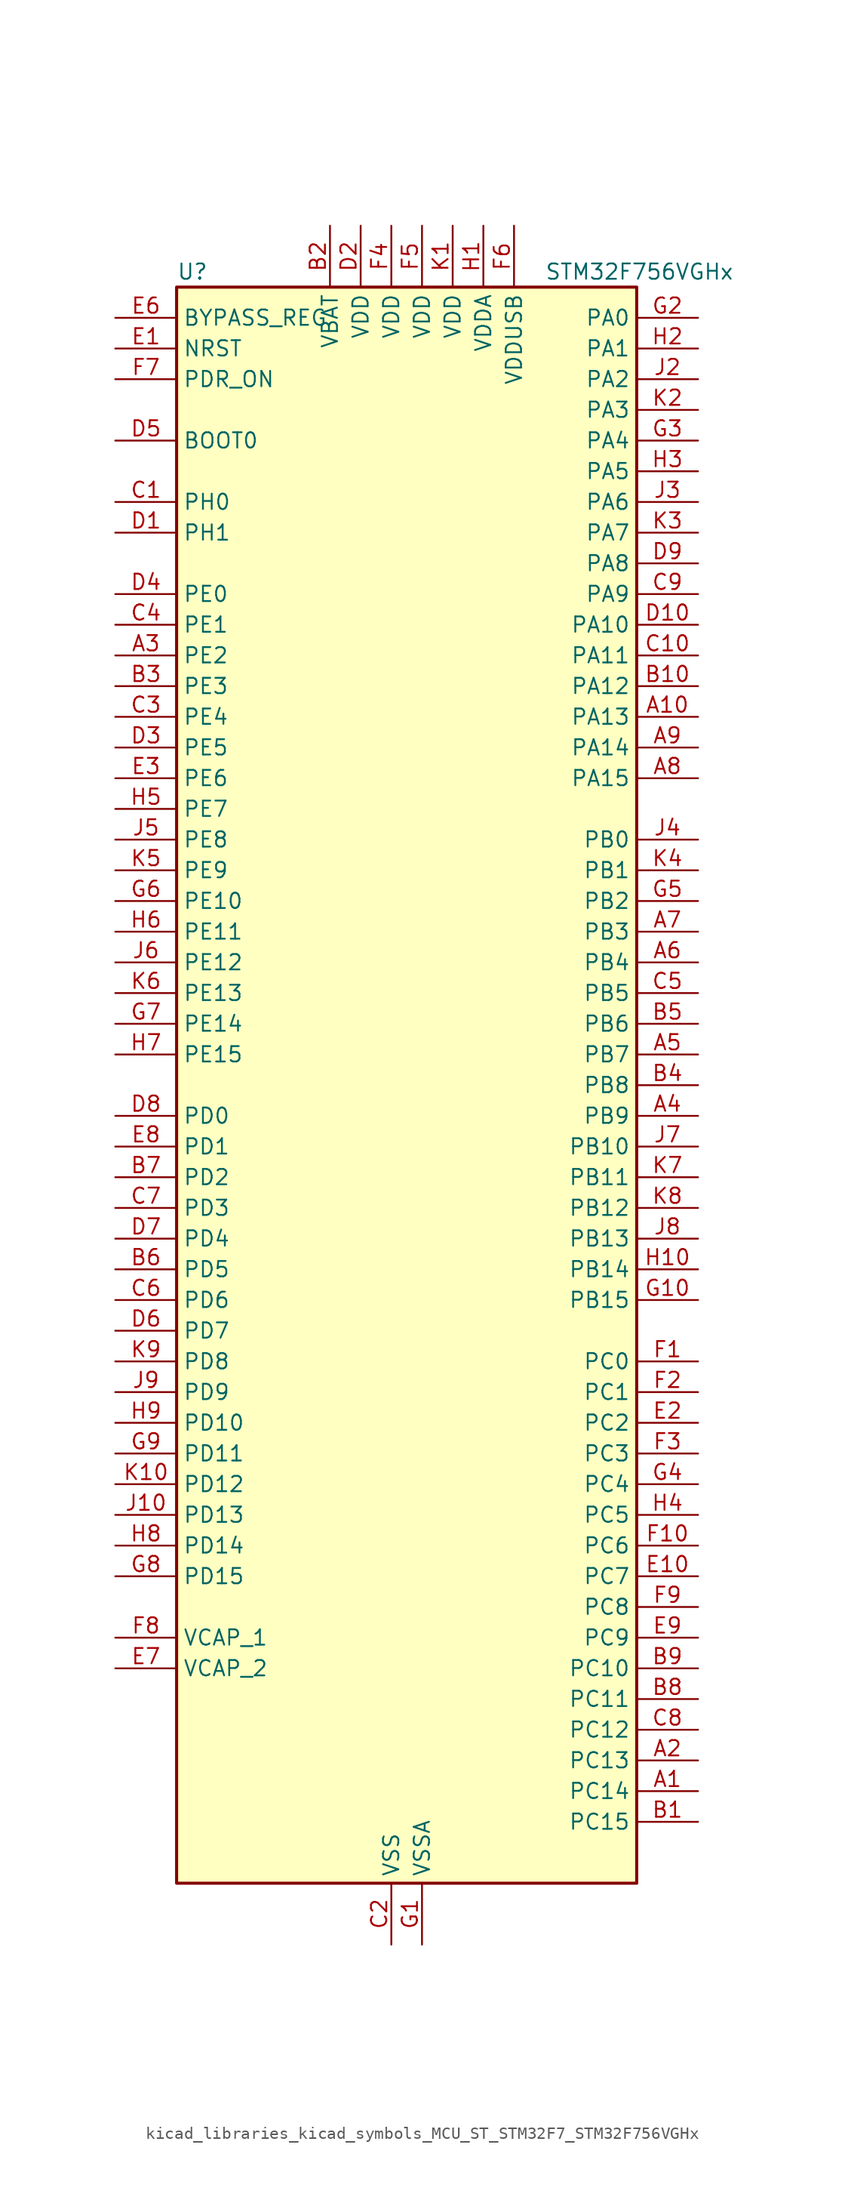
<source format=kicad_sym>
(kicad_symbol_lib
  (version 20220914)
  (generator kicad_symbol_editor)
  (symbol "kicad_libraries_kicad_symbols_MCU_ST_STM32F7_STM32F756VGHx"
    (property "Reference" "U"
      (at -17.78 67.31 0)
      (effects (font (size 1.27 1.27)) (justify left)))
    (property "Value" "STM32F756VGHx"
      (at 12.7 67.31 0)
      (effects (font (size 1.27 1.27)) (justify left)))
    (property "ki_locked" ""
      (at 0 0 0)
      (effects (font (size 1.27 1.27))))
    (symbol "kicad_libraries_kicad_symbols_MCU_ST_STM32F7_STM32F756VGHx_0_1"
      (rectangle (start -17.78 -66.04) (end 20.32 66.04) (stroke (width 0.254) (type default)) (fill (type background))))
    (symbol "kicad_libraries_kicad_symbols_MCU_ST_STM32F7_STM32F756VGHx_1_1"
      (pin bidirectional line (at 25.4 -58.42 180) (length 5.08) (name "PC14" (effects (font (size 1.27 1.27)))) (number "A1" (effects (font (size 1.27 1.27)))) (alternate "RCC_OSC32_IN" bidirectional line))
      (pin bidirectional line (at 25.4 30.48 180) (length 5.08) (name "PA13" (effects (font (size 1.27 1.27)))) (number "A10" (effects (font (size 1.27 1.27)))) (alternate "SYS_JTMS-SWDIO" bidirectional line))
      (pin bidirectional line (at 25.4 -55.88 180) (length 5.08) (name "PC13" (effects (font (size 1.27 1.27)))) (number "A2" (effects (font (size 1.27 1.27)))) (alternate "RTC_OUT" bidirectional line) (alternate "RTC_TAMP1" bidirectional line) (alternate "RTC_TS" bidirectional line) (alternate "SYS_WKUP4" bidirectional line))
      (pin bidirectional line (at -22.86 35.56 0) (length 5.08) (name "PE2" (effects (font (size 1.27 1.27)))) (number "A3" (effects (font (size 1.27 1.27)))) (alternate "ETH_TXD3" bidirectional line) (alternate "FMC_A23" bidirectional line) (alternate "QUADSPI_BK1_IO2" bidirectional line) (alternate "SAI1_MCLK_A" bidirectional line) (alternate "SPI4_SCK" bidirectional line) (alternate "SYS_TRACECLK" bidirectional line))
      (pin bidirectional line (at 25.4 -2.54 180) (length 5.08) (name "PB9" (effects (font (size 1.27 1.27)))) (number "A4" (effects (font (size 1.27 1.27)))) (alternate "CAN1_TX" bidirectional line) (alternate "DAC_EXTI9" bidirectional line) (alternate "DCMI_D7" bidirectional line) (alternate "I2C1_SDA" bidirectional line) (alternate "I2S2_WS" bidirectional line) (alternate "LTDC_B7" bidirectional line) (alternate "SDMMC1_D5" bidirectional line) (alternate "SPI2_NSS" bidirectional line) (alternate "TIM11_CH1" bidirectional line) (alternate "TIM4_CH4" bidirectional line))
      (pin bidirectional line (at 25.4 2.54 180) (length 5.08) (name "PB7" (effects (font (size 1.27 1.27)))) (number "A5" (effects (font (size 1.27 1.27)))) (alternate "DCMI_VSYNC" bidirectional line) (alternate "FMC_NL" bidirectional line) (alternate "I2C1_SDA" bidirectional line) (alternate "TIM4_CH2" bidirectional line) (alternate "USART1_RX" bidirectional line))
      (pin bidirectional line (at 25.4 10.16 180) (length 5.08) (name "PB4" (effects (font (size 1.27 1.27)))) (number "A6" (effects (font (size 1.27 1.27)))) (alternate "I2S2_WS" bidirectional line) (alternate "SPI1_MISO" bidirectional line) (alternate "SPI2_NSS" bidirectional line) (alternate "SPI3_MISO" bidirectional line) (alternate "SYS_JTRST" bidirectional line) (alternate "TIM3_CH1" bidirectional line))
      (pin bidirectional line (at 25.4 12.7 180) (length 5.08) (name "PB3" (effects (font (size 1.27 1.27)))) (number "A7" (effects (font (size 1.27 1.27)))) (alternate "I2S1_CK" bidirectional line) (alternate "I2S3_CK" bidirectional line) (alternate "SPI1_SCK" bidirectional line) (alternate "SPI3_SCK" bidirectional line) (alternate "SYS_JTDO-SWO" bidirectional line) (alternate "TIM2_CH2" bidirectional line))
      (pin bidirectional line (at 25.4 25.4 180) (length 5.08) (name "PA15" (effects (font (size 1.27 1.27)))) (number "A8" (effects (font (size 1.27 1.27)))) (alternate "CEC" bidirectional line) (alternate "I2S1_WS" bidirectional line) (alternate "I2S3_WS" bidirectional line) (alternate "SPI1_NSS" bidirectional line) (alternate "SPI3_NSS" bidirectional line) (alternate "SYS_JTDI" bidirectional line) (alternate "TIM2_CH1" bidirectional line) (alternate "TIM2_ETR" bidirectional line) (alternate "UART4_DE" bidirectional line) (alternate "UART4_RTS" bidirectional line))
      (pin bidirectional line (at 25.4 27.94 180) (length 5.08) (name "PA14" (effects (font (size 1.27 1.27)))) (number "A9" (effects (font (size 1.27 1.27)))) (alternate "SYS_JTCK-SWCLK" bidirectional line))
      (pin bidirectional line (at 25.4 -60.96 180) (length 5.08) (name "PC15" (effects (font (size 1.27 1.27)))) (number "B1" (effects (font (size 1.27 1.27)))) (alternate "RCC_OSC32_OUT" bidirectional line))
      (pin bidirectional line (at 25.4 33.02 180) (length 5.08) (name "PA12" (effects (font (size 1.27 1.27)))) (number "B10" (effects (font (size 1.27 1.27)))) (alternate "CAN1_TX" bidirectional line) (alternate "LTDC_R5" bidirectional line) (alternate "SAI2_FS_B" bidirectional line) (alternate "TIM1_ETR" bidirectional line) (alternate "USART1_DE" bidirectional line) (alternate "USART1_RTS" bidirectional line) (alternate "USB_OTG_FS_DP" bidirectional line))
      (pin power_in line (at -5.08 71.12 270) (length 5.08) (name "VBAT" (effects (font (size 1.27 1.27)))) (number "B2" (effects (font (size 1.27 1.27)))))
      (pin bidirectional line (at -22.86 33.02 0) (length 5.08) (name "PE3" (effects (font (size 1.27 1.27)))) (number "B3" (effects (font (size 1.27 1.27)))) (alternate "FMC_A19" bidirectional line) (alternate "SAI1_SD_B" bidirectional line) (alternate "SYS_TRACED0" bidirectional line))
      (pin bidirectional line (at 25.4 0 180) (length 5.08) (name "PB8" (effects (font (size 1.27 1.27)))) (number "B4" (effects (font (size 1.27 1.27)))) (alternate "CAN1_RX" bidirectional line) (alternate "DCMI_D6" bidirectional line) (alternate "ETH_TXD3" bidirectional line) (alternate "I2C1_SCL" bidirectional line) (alternate "LTDC_B6" bidirectional line) (alternate "SDMMC1_D4" bidirectional line) (alternate "TIM10_CH1" bidirectional line) (alternate "TIM4_CH3" bidirectional line))
      (pin bidirectional line (at 25.4 5.08 180) (length 5.08) (name "PB6" (effects (font (size 1.27 1.27)))) (number "B5" (effects (font (size 1.27 1.27)))) (alternate "CAN2_TX" bidirectional line) (alternate "CEC" bidirectional line) (alternate "DCMI_D5" bidirectional line) (alternate "FMC_SDNE1" bidirectional line) (alternate "I2C1_SCL" bidirectional line) (alternate "QUADSPI_BK1_NCS" bidirectional line) (alternate "TIM4_CH1" bidirectional line) (alternate "USART1_TX" bidirectional line))
      (pin bidirectional line (at -22.86 -15.24 0) (length 5.08) (name "PD5" (effects (font (size 1.27 1.27)))) (number "B6" (effects (font (size 1.27 1.27)))) (alternate "FMC_NWE" bidirectional line) (alternate "USART2_TX" bidirectional line))
      (pin bidirectional line (at -22.86 -7.62 0) (length 5.08) (name "PD2" (effects (font (size 1.27 1.27)))) (number "B7" (effects (font (size 1.27 1.27)))) (alternate "DCMI_D11" bidirectional line) (alternate "SDMMC1_CMD" bidirectional line) (alternate "SYS_TRACED2" bidirectional line) (alternate "TIM3_ETR" bidirectional line) (alternate "UART5_RX" bidirectional line))
      (pin bidirectional line (at 25.4 -50.8 180) (length 5.08) (name "PC11" (effects (font (size 1.27 1.27)))) (number "B8" (effects (font (size 1.27 1.27)))) (alternate "ADC1_EXTI11" bidirectional line) (alternate "ADC2_EXTI11" bidirectional line) (alternate "ADC3_EXTI11" bidirectional line) (alternate "DCMI_D4" bidirectional line) (alternate "QUADSPI_BK2_NCS" bidirectional line) (alternate "SDMMC1_D3" bidirectional line) (alternate "SPI3_MISO" bidirectional line) (alternate "UART4_RX" bidirectional line) (alternate "USART3_RX" bidirectional line))
      (pin bidirectional line (at 25.4 -48.26 180) (length 5.08) (name "PC10" (effects (font (size 1.27 1.27)))) (number "B9" (effects (font (size 1.27 1.27)))) (alternate "DCMI_D8" bidirectional line) (alternate "I2S3_CK" bidirectional line) (alternate "LTDC_R2" bidirectional line) (alternate "QUADSPI_BK1_IO1" bidirectional line) (alternate "SDMMC1_D2" bidirectional line) (alternate "SPI3_SCK" bidirectional line) (alternate "UART4_TX" bidirectional line) (alternate "USART3_TX" bidirectional line))
      (pin bidirectional line (at -22.86 48.26 0) (length 5.08) (name "PH0" (effects (font (size 1.27 1.27)))) (number "C1" (effects (font (size 1.27 1.27)))) (alternate "RCC_OSC_IN" bidirectional line))
      (pin bidirectional line (at 25.4 35.56 180) (length 5.08) (name "PA11" (effects (font (size 1.27 1.27)))) (number "C10" (effects (font (size 1.27 1.27)))) (alternate "ADC1_EXTI11" bidirectional line) (alternate "ADC2_EXTI11" bidirectional line) (alternate "ADC3_EXTI11" bidirectional line) (alternate "CAN1_RX" bidirectional line) (alternate "LTDC_R4" bidirectional line) (alternate "TIM1_CH4" bidirectional line) (alternate "USART1_CTS" bidirectional line) (alternate "USB_OTG_FS_DM" bidirectional line))
      (pin power_in line (at 0 -71.12 90) (length 5.08) (name "VSS" (effects (font (size 1.27 1.27)))) (number "C2" (effects (font (size 1.27 1.27)))))
      (pin bidirectional line (at -22.86 30.48 0) (length 5.08) (name "PE4" (effects (font (size 1.27 1.27)))) (number "C3" (effects (font (size 1.27 1.27)))) (alternate "DCMI_D4" bidirectional line) (alternate "FMC_A20" bidirectional line) (alternate "LTDC_B0" bidirectional line) (alternate "SAI1_FS_A" bidirectional line) (alternate "SPI4_NSS" bidirectional line) (alternate "SYS_TRACED1" bidirectional line))
      (pin bidirectional line (at -22.86 38.1 0) (length 5.08) (name "PE1" (effects (font (size 1.27 1.27)))) (number "C4" (effects (font (size 1.27 1.27)))) (alternate "DCMI_D3" bidirectional line) (alternate "FMC_NBL1" bidirectional line) (alternate "LPTIM1_IN2" bidirectional line) (alternate "UART8_TX" bidirectional line))
      (pin bidirectional line (at 25.4 7.62 180) (length 5.08) (name "PB5" (effects (font (size 1.27 1.27)))) (number "C5" (effects (font (size 1.27 1.27)))) (alternate "CAN2_RX" bidirectional line) (alternate "DCMI_D10" bidirectional line) (alternate "ETH_PPS_OUT" bidirectional line) (alternate "FMC_SDCKE1" bidirectional line) (alternate "I2C1_SMBA" bidirectional line) (alternate "I2S1_SD" bidirectional line) (alternate "I2S3_SD" bidirectional line) (alternate "SPI1_MOSI" bidirectional line) (alternate "SPI3_MOSI" bidirectional line) (alternate "TIM3_CH2" bidirectional line) (alternate "USB_OTG_HS_ULPI_D7" bidirectional line))
      (pin bidirectional line (at -22.86 -17.78 0) (length 5.08) (name "PD6" (effects (font (size 1.27 1.27)))) (number "C6" (effects (font (size 1.27 1.27)))) (alternate "DCMI_D10" bidirectional line) (alternate "FMC_NWAIT" bidirectional line) (alternate "I2S3_SD" bidirectional line) (alternate "LTDC_B2" bidirectional line) (alternate "SAI1_SD_A" bidirectional line) (alternate "SPI3_MOSI" bidirectional line) (alternate "USART2_RX" bidirectional line))
      (pin bidirectional line (at -22.86 -10.16 0) (length 5.08) (name "PD3" (effects (font (size 1.27 1.27)))) (number "C7" (effects (font (size 1.27 1.27)))) (alternate "DCMI_D5" bidirectional line) (alternate "FMC_CLK" bidirectional line) (alternate "I2S2_CK" bidirectional line) (alternate "LTDC_G7" bidirectional line) (alternate "SPI2_SCK" bidirectional line) (alternate "USART2_CTS" bidirectional line))
      (pin bidirectional line (at 25.4 -53.34 180) (length 5.08) (name "PC12" (effects (font (size 1.27 1.27)))) (number "C8" (effects (font (size 1.27 1.27)))) (alternate "DCMI_D9" bidirectional line) (alternate "I2S3_SD" bidirectional line) (alternate "SDMMC1_CK" bidirectional line) (alternate "SPI3_MOSI" bidirectional line) (alternate "SYS_TRACED3" bidirectional line) (alternate "UART5_TX" bidirectional line) (alternate "USART3_CK" bidirectional line))
      (pin bidirectional line (at 25.4 40.64 180) (length 5.08) (name "PA9" (effects (font (size 1.27 1.27)))) (number "C9" (effects (font (size 1.27 1.27)))) (alternate "DAC_EXTI9" bidirectional line) (alternate "DCMI_D0" bidirectional line) (alternate "I2C3_SMBA" bidirectional line) (alternate "I2S2_CK" bidirectional line) (alternate "SPI2_SCK" bidirectional line) (alternate "TIM1_CH2" bidirectional line) (alternate "USART1_TX" bidirectional line) (alternate "USB_OTG_FS_VBUS" bidirectional line))
      (pin bidirectional line (at -22.86 45.72 0) (length 5.08) (name "PH1" (effects (font (size 1.27 1.27)))) (number "D1" (effects (font (size 1.27 1.27)))) (alternate "RCC_OSC_OUT" bidirectional line))
      (pin bidirectional line (at 25.4 38.1 180) (length 5.08) (name "PA10" (effects (font (size 1.27 1.27)))) (number "D10" (effects (font (size 1.27 1.27)))) (alternate "DCMI_D1" bidirectional line) (alternate "TIM1_CH3" bidirectional line) (alternate "USART1_RX" bidirectional line) (alternate "USB_OTG_FS_ID" bidirectional line))
      (pin power_in line (at -2.54 71.12 270) (length 5.08) (name "VDD" (effects (font (size 1.27 1.27)))) (number "D2" (effects (font (size 1.27 1.27)))))
      (pin bidirectional line (at -22.86 27.94 0) (length 5.08) (name "PE5" (effects (font (size 1.27 1.27)))) (number "D3" (effects (font (size 1.27 1.27)))) (alternate "DCMI_D6" bidirectional line) (alternate "FMC_A21" bidirectional line) (alternate "LTDC_G0" bidirectional line) (alternate "SAI1_SCK_A" bidirectional line) (alternate "SPI4_MISO" bidirectional line) (alternate "SYS_TRACED2" bidirectional line) (alternate "TIM9_CH1" bidirectional line))
      (pin bidirectional line (at -22.86 40.64 0) (length 5.08) (name "PE0" (effects (font (size 1.27 1.27)))) (number "D4" (effects (font (size 1.27 1.27)))) (alternate "DCMI_D2" bidirectional line) (alternate "FMC_NBL0" bidirectional line) (alternate "LPTIM1_ETR" bidirectional line) (alternate "SAI2_MCLK_A" bidirectional line) (alternate "TIM4_ETR" bidirectional line) (alternate "UART8_RX" bidirectional line))
      (pin input line (at -22.86 53.34 0) (length 5.08) (name "BOOT0" (effects (font (size 1.27 1.27)))) (number "D5" (effects (font (size 1.27 1.27)))))
      (pin bidirectional line (at -22.86 -20.32 0) (length 5.08) (name "PD7" (effects (font (size 1.27 1.27)))) (number "D6" (effects (font (size 1.27 1.27)))) (alternate "FMC_NE1" bidirectional line) (alternate "SPDIFRX_IN0" bidirectional line) (alternate "USART2_CK" bidirectional line))
      (pin bidirectional line (at -22.86 -12.7 0) (length 5.08) (name "PD4" (effects (font (size 1.27 1.27)))) (number "D7" (effects (font (size 1.27 1.27)))) (alternate "FMC_NOE" bidirectional line) (alternate "USART2_DE" bidirectional line) (alternate "USART2_RTS" bidirectional line))
      (pin bidirectional line (at -22.86 -2.54 0) (length 5.08) (name "PD0" (effects (font (size 1.27 1.27)))) (number "D8" (effects (font (size 1.27 1.27)))) (alternate "CAN1_RX" bidirectional line) (alternate "FMC_D2" bidirectional line) (alternate "FMC_DA2" bidirectional line))
      (pin bidirectional line (at 25.4 43.18 180) (length 5.08) (name "PA8" (effects (font (size 1.27 1.27)))) (number "D9" (effects (font (size 1.27 1.27)))) (alternate "I2C3_SCL" bidirectional line) (alternate "LTDC_R6" bidirectional line) (alternate "RCC_MCO_1" bidirectional line) (alternate "TIM1_CH1" bidirectional line) (alternate "TIM8_BKIN2" bidirectional line) (alternate "USART1_CK" bidirectional line) (alternate "USB_OTG_FS_SOF" bidirectional line))
      (pin input line (at -22.86 60.96 0) (length 5.08) (name "NRST" (effects (font (size 1.27 1.27)))) (number "E1" (effects (font (size 1.27 1.27)))))
      (pin bidirectional line (at 25.4 -40.64 180) (length 5.08) (name "PC7" (effects (font (size 1.27 1.27)))) (number "E10" (effects (font (size 1.27 1.27)))) (alternate "DCMI_D1" bidirectional line) (alternate "I2S3_MCK" bidirectional line) (alternate "LTDC_G6" bidirectional line) (alternate "SDMMC1_D7" bidirectional line) (alternate "TIM3_CH2" bidirectional line) (alternate "TIM8_CH2" bidirectional line) (alternate "USART6_RX" bidirectional line))
      (pin bidirectional line (at 25.4 -27.94 180) (length 5.08) (name "PC2" (effects (font (size 1.27 1.27)))) (number "E2" (effects (font (size 1.27 1.27)))) (alternate "ADC1_IN12" bidirectional line) (alternate "ADC2_IN12" bidirectional line) (alternate "ADC3_IN12" bidirectional line) (alternate "ETH_TXD2" bidirectional line) (alternate "FMC_SDNE0" bidirectional line) (alternate "SPI2_MISO" bidirectional line) (alternate "USB_OTG_HS_ULPI_DIR" bidirectional line))
      (pin bidirectional line (at -22.86 25.4 0) (length 5.08) (name "PE6" (effects (font (size 1.27 1.27)))) (number "E3" (effects (font (size 1.27 1.27)))) (alternate "DCMI_D7" bidirectional line) (alternate "FMC_A22" bidirectional line) (alternate "LTDC_G1" bidirectional line) (alternate "SAI1_SD_A" bidirectional line) (alternate "SAI2_MCLK_B" bidirectional line) (alternate "SPI4_MOSI" bidirectional line) (alternate "SYS_TRACED3" bidirectional line) (alternate "TIM1_BKIN2" bidirectional line) (alternate "TIM9_CH2" bidirectional line))
      (pin passive line (at 0 -71.12 90) (length 5.08) hide (name "VSS" (effects (font (size 1.27 1.27)))) (number "E4" (effects (font (size 1.27 1.27)))))
      (pin passive line (at 0 -71.12 90) (length 5.08) hide (name "VSS" (effects (font (size 1.27 1.27)))) (number "E5" (effects (font (size 1.27 1.27)))))
      (pin input line (at -22.86 63.5 0) (length 5.08) (name "BYPASS_REG" (effects (font (size 1.27 1.27)))) (number "E6" (effects (font (size 1.27 1.27)))))
      (pin power_out line (at -22.86 -48.26 0) (length 5.08) (name "VCAP_2" (effects (font (size 1.27 1.27)))) (number "E7" (effects (font (size 1.27 1.27)))))
      (pin bidirectional line (at -22.86 -5.08 0) (length 5.08) (name "PD1" (effects (font (size 1.27 1.27)))) (number "E8" (effects (font (size 1.27 1.27)))) (alternate "CAN1_TX" bidirectional line) (alternate "FMC_D3" bidirectional line) (alternate "FMC_DA3" bidirectional line))
      (pin bidirectional line (at 25.4 -45.72 180) (length 5.08) (name "PC9" (effects (font (size 1.27 1.27)))) (number "E9" (effects (font (size 1.27 1.27)))) (alternate "DAC_EXTI9" bidirectional line) (alternate "DCMI_D3" bidirectional line) (alternate "I2C3_SDA" bidirectional line) (alternate "I2S_CKIN" bidirectional line) (alternate "QUADSPI_BK1_IO0" bidirectional line) (alternate "RCC_MCO_2" bidirectional line) (alternate "SDMMC1_D1" bidirectional line) (alternate "TIM3_CH4" bidirectional line) (alternate "TIM8_CH4" bidirectional line) (alternate "UART5_CTS" bidirectional line))
      (pin bidirectional line (at 25.4 -22.86 180) (length 5.08) (name "PC0" (effects (font (size 1.27 1.27)))) (number "F1" (effects (font (size 1.27 1.27)))) (alternate "ADC1_IN10" bidirectional line) (alternate "ADC2_IN10" bidirectional line) (alternate "ADC3_IN10" bidirectional line) (alternate "FMC_SDNWE" bidirectional line) (alternate "LTDC_R5" bidirectional line) (alternate "SAI2_FS_B" bidirectional line) (alternate "USB_OTG_HS_ULPI_STP" bidirectional line))
      (pin bidirectional line (at 25.4 -38.1 180) (length 5.08) (name "PC6" (effects (font (size 1.27 1.27)))) (number "F10" (effects (font (size 1.27 1.27)))) (alternate "DCMI_D0" bidirectional line) (alternate "I2S2_MCK" bidirectional line) (alternate "LTDC_HSYNC" bidirectional line) (alternate "SDMMC1_D6" bidirectional line) (alternate "TIM3_CH1" bidirectional line) (alternate "TIM8_CH1" bidirectional line) (alternate "USART6_TX" bidirectional line))
      (pin bidirectional line (at 25.4 -25.4 180) (length 5.08) (name "PC1" (effects (font (size 1.27 1.27)))) (number "F2" (effects (font (size 1.27 1.27)))) (alternate "ADC1_IN11" bidirectional line) (alternate "ADC2_IN11" bidirectional line) (alternate "ADC3_IN11" bidirectional line) (alternate "ETH_MDC" bidirectional line) (alternate "I2S2_SD" bidirectional line) (alternate "RTC_TAMP3" bidirectional line) (alternate "RTC_TS" bidirectional line) (alternate "SAI1_SD_A" bidirectional line) (alternate "SPI2_MOSI" bidirectional line) (alternate "SYS_TRACED0" bidirectional line) (alternate "SYS_WKUP3" bidirectional line))
      (pin bidirectional line (at 25.4 -30.48 180) (length 5.08) (name "PC3" (effects (font (size 1.27 1.27)))) (number "F3" (effects (font (size 1.27 1.27)))) (alternate "ADC1_IN13" bidirectional line) (alternate "ADC2_IN13" bidirectional line) (alternate "ADC3_IN13" bidirectional line) (alternate "ETH_TX_CLK" bidirectional line) (alternate "FMC_SDCKE0" bidirectional line) (alternate "I2S2_SD" bidirectional line) (alternate "SPI2_MOSI" bidirectional line) (alternate "USB_OTG_HS_ULPI_NXT" bidirectional line))
      (pin power_in line (at 0 71.12 270) (length 5.08) (name "VDD" (effects (font (size 1.27 1.27)))) (number "F4" (effects (font (size 1.27 1.27)))))
      (pin power_in line (at 2.54 71.12 270) (length 5.08) (name "VDD" (effects (font (size 1.27 1.27)))) (number "F5" (effects (font (size 1.27 1.27)))))
      (pin power_in line (at 10.16 71.12 270) (length 5.08) (name "VDDUSB" (effects (font (size 1.27 1.27)))) (number "F6" (effects (font (size 1.27 1.27)))))
      (pin input line (at -22.86 58.42 0) (length 5.08) (name "PDR_ON" (effects (font (size 1.27 1.27)))) (number "F7" (effects (font (size 1.27 1.27)))))
      (pin power_out line (at -22.86 -45.72 0) (length 5.08) (name "VCAP_1" (effects (font (size 1.27 1.27)))) (number "F8" (effects (font (size 1.27 1.27)))))
      (pin bidirectional line (at 25.4 -43.18 180) (length 5.08) (name "PC8" (effects (font (size 1.27 1.27)))) (number "F9" (effects (font (size 1.27 1.27)))) (alternate "DCMI_D2" bidirectional line) (alternate "SDMMC1_D0" bidirectional line) (alternate "SYS_TRACED1" bidirectional line) (alternate "TIM3_CH3" bidirectional line) (alternate "TIM8_CH3" bidirectional line) (alternate "UART5_DE" bidirectional line) (alternate "UART5_RTS" bidirectional line) (alternate "USART6_CK" bidirectional line))
      (pin power_in line (at 2.54 -71.12 90) (length 5.08) (name "VSSA" (effects (font (size 1.27 1.27)))) (number "G1" (effects (font (size 1.27 1.27)))))
      (pin bidirectional line (at 25.4 -17.78 180) (length 5.08) (name "PB15" (effects (font (size 1.27 1.27)))) (number "G10" (effects (font (size 1.27 1.27)))) (alternate "I2S2_SD" bidirectional line) (alternate "RTC_REFIN" bidirectional line) (alternate "SPI2_MOSI" bidirectional line) (alternate "TIM12_CH2" bidirectional line) (alternate "TIM1_CH3N" bidirectional line) (alternate "TIM8_CH3N" bidirectional line) (alternate "USB_OTG_HS_DP" bidirectional line))
      (pin bidirectional line (at 25.4 63.5 180) (length 5.08) (name "PA0" (effects (font (size 1.27 1.27)))) (number "G2" (effects (font (size 1.27 1.27)))) (alternate "ADC1_IN0" bidirectional line) (alternate "ADC2_IN0" bidirectional line) (alternate "ADC3_IN0" bidirectional line) (alternate "ETH_CRS" bidirectional line) (alternate "SAI2_SD_B" bidirectional line) (alternate "SYS_WKUP1" bidirectional line) (alternate "TIM2_CH1" bidirectional line) (alternate "TIM2_ETR" bidirectional line) (alternate "TIM5_CH1" bidirectional line) (alternate "TIM8_ETR" bidirectional line) (alternate "UART4_TX" bidirectional line) (alternate "USART2_CTS" bidirectional line))
      (pin bidirectional line (at 25.4 53.34 180) (length 5.08) (name "PA4" (effects (font (size 1.27 1.27)))) (number "G3" (effects (font (size 1.27 1.27)))) (alternate "ADC1_IN4" bidirectional line) (alternate "ADC2_IN4" bidirectional line) (alternate "DAC_OUT1" bidirectional line) (alternate "DCMI_HSYNC" bidirectional line) (alternate "I2S1_WS" bidirectional line) (alternate "I2S3_WS" bidirectional line) (alternate "LTDC_VSYNC" bidirectional line) (alternate "SPI1_NSS" bidirectional line) (alternate "SPI3_NSS" bidirectional line) (alternate "USART2_CK" bidirectional line) (alternate "USB_OTG_HS_SOF" bidirectional line))
      (pin bidirectional line (at 25.4 -33.02 180) (length 5.08) (name "PC4" (effects (font (size 1.27 1.27)))) (number "G4" (effects (font (size 1.27 1.27)))) (alternate "ADC1_IN14" bidirectional line) (alternate "ADC2_IN14" bidirectional line) (alternate "ETH_RXD0" bidirectional line) (alternate "FMC_SDNE0" bidirectional line) (alternate "I2S1_MCK" bidirectional line) (alternate "SPDIFRX_IN2" bidirectional line))
      (pin bidirectional line (at 25.4 15.24 180) (length 5.08) (name "PB2" (effects (font (size 1.27 1.27)))) (number "G5" (effects (font (size 1.27 1.27)))) (alternate "I2S3_SD" bidirectional line) (alternate "QUADSPI_CLK" bidirectional line) (alternate "SAI1_SD_A" bidirectional line) (alternate "SPI3_MOSI" bidirectional line))
      (pin bidirectional line (at -22.86 15.24 0) (length 5.08) (name "PE10" (effects (font (size 1.27 1.27)))) (number "G6" (effects (font (size 1.27 1.27)))) (alternate "FMC_D7" bidirectional line) (alternate "FMC_DA7" bidirectional line) (alternate "QUADSPI_BK2_IO3" bidirectional line) (alternate "TIM1_CH2N" bidirectional line) (alternate "UART7_CTS" bidirectional line))
      (pin bidirectional line (at -22.86 5.08 0) (length 5.08) (name "PE14" (effects (font (size 1.27 1.27)))) (number "G7" (effects (font (size 1.27 1.27)))) (alternate "FMC_D11" bidirectional line) (alternate "FMC_DA11" bidirectional line) (alternate "LTDC_CLK" bidirectional line) (alternate "SAI2_MCLK_B" bidirectional line) (alternate "SPI4_MOSI" bidirectional line) (alternate "TIM1_CH4" bidirectional line))
      (pin bidirectional line (at -22.86 -40.64 0) (length 5.08) (name "PD15" (effects (font (size 1.27 1.27)))) (number "G8" (effects (font (size 1.27 1.27)))) (alternate "FMC_D1" bidirectional line) (alternate "FMC_DA1" bidirectional line) (alternate "TIM4_CH4" bidirectional line) (alternate "UART8_DE" bidirectional line) (alternate "UART8_RTS" bidirectional line))
      (pin bidirectional line (at -22.86 -30.48 0) (length 5.08) (name "PD11" (effects (font (size 1.27 1.27)))) (number "G9" (effects (font (size 1.27 1.27)))) (alternate "ADC1_EXTI11" bidirectional line) (alternate "ADC2_EXTI11" bidirectional line) (alternate "ADC3_EXTI11" bidirectional line) (alternate "FMC_A16" bidirectional line) (alternate "FMC_CLE" bidirectional line) (alternate "I2C4_SMBA" bidirectional line) (alternate "QUADSPI_BK1_IO0" bidirectional line) (alternate "SAI2_SD_A" bidirectional line) (alternate "USART3_CTS" bidirectional line))
      (pin power_in line (at 7.62 71.12 270) (length 5.08) (name "VDDA" (effects (font (size 1.27 1.27)))) (number "H1" (effects (font (size 1.27 1.27)))))
      (pin bidirectional line (at 25.4 -15.24 180) (length 5.08) (name "PB14" (effects (font (size 1.27 1.27)))) (number "H10" (effects (font (size 1.27 1.27)))) (alternate "SPI2_MISO" bidirectional line) (alternate "TIM12_CH1" bidirectional line) (alternate "TIM1_CH2N" bidirectional line) (alternate "TIM8_CH2N" bidirectional line) (alternate "USART3_DE" bidirectional line) (alternate "USART3_RTS" bidirectional line) (alternate "USB_OTG_HS_DM" bidirectional line))
      (pin bidirectional line (at 25.4 60.96 180) (length 5.08) (name "PA1" (effects (font (size 1.27 1.27)))) (number "H2" (effects (font (size 1.27 1.27)))) (alternate "ADC1_IN1" bidirectional line) (alternate "ADC2_IN1" bidirectional line) (alternate "ADC3_IN1" bidirectional line) (alternate "ETH_REF_CLK" bidirectional line) (alternate "ETH_RX_CLK" bidirectional line) (alternate "LTDC_R2" bidirectional line) (alternate "QUADSPI_BK1_IO3" bidirectional line) (alternate "SAI2_MCLK_B" bidirectional line) (alternate "TIM2_CH2" bidirectional line) (alternate "TIM5_CH2" bidirectional line) (alternate "UART4_RX" bidirectional line) (alternate "USART2_DE" bidirectional line) (alternate "USART2_RTS" bidirectional line))
      (pin bidirectional line (at 25.4 50.8 180) (length 5.08) (name "PA5" (effects (font (size 1.27 1.27)))) (number "H3" (effects (font (size 1.27 1.27)))) (alternate "ADC1_IN5" bidirectional line) (alternate "ADC2_IN5" bidirectional line) (alternate "DAC_OUT2" bidirectional line) (alternate "I2S1_CK" bidirectional line) (alternate "LTDC_R4" bidirectional line) (alternate "SPI1_SCK" bidirectional line) (alternate "TIM2_CH1" bidirectional line) (alternate "TIM2_ETR" bidirectional line) (alternate "TIM8_CH1N" bidirectional line) (alternate "USB_OTG_HS_ULPI_CK" bidirectional line))
      (pin bidirectional line (at 25.4 -35.56 180) (length 5.08) (name "PC5" (effects (font (size 1.27 1.27)))) (number "H4" (effects (font (size 1.27 1.27)))) (alternate "ADC1_IN15" bidirectional line) (alternate "ADC2_IN15" bidirectional line) (alternate "ETH_RXD1" bidirectional line) (alternate "FMC_SDCKE0" bidirectional line) (alternate "SPDIFRX_IN3" bidirectional line))
      (pin bidirectional line (at -22.86 22.86 0) (length 5.08) (name "PE7" (effects (font (size 1.27 1.27)))) (number "H5" (effects (font (size 1.27 1.27)))) (alternate "FMC_D4" bidirectional line) (alternate "FMC_DA4" bidirectional line) (alternate "QUADSPI_BK2_IO0" bidirectional line) (alternate "TIM1_ETR" bidirectional line) (alternate "UART7_RX" bidirectional line))
      (pin bidirectional line (at -22.86 12.7 0) (length 5.08) (name "PE11" (effects (font (size 1.27 1.27)))) (number "H6" (effects (font (size 1.27 1.27)))) (alternate "ADC1_EXTI11" bidirectional line) (alternate "ADC2_EXTI11" bidirectional line) (alternate "ADC3_EXTI11" bidirectional line) (alternate "FMC_D8" bidirectional line) (alternate "FMC_DA8" bidirectional line) (alternate "LTDC_G3" bidirectional line) (alternate "SAI2_SD_B" bidirectional line) (alternate "SPI4_NSS" bidirectional line) (alternate "TIM1_CH2" bidirectional line))
      (pin bidirectional line (at -22.86 2.54 0) (length 5.08) (name "PE15" (effects (font (size 1.27 1.27)))) (number "H7" (effects (font (size 1.27 1.27)))) (alternate "FMC_D12" bidirectional line) (alternate "FMC_DA12" bidirectional line) (alternate "LTDC_R7" bidirectional line) (alternate "TIM1_BKIN" bidirectional line))
      (pin bidirectional line (at -22.86 -38.1 0) (length 5.08) (name "PD14" (effects (font (size 1.27 1.27)))) (number "H8" (effects (font (size 1.27 1.27)))) (alternate "FMC_D0" bidirectional line) (alternate "FMC_DA0" bidirectional line) (alternate "TIM4_CH3" bidirectional line) (alternate "UART8_CTS" bidirectional line))
      (pin bidirectional line (at -22.86 -27.94 0) (length 5.08) (name "PD10" (effects (font (size 1.27 1.27)))) (number "H9" (effects (font (size 1.27 1.27)))) (alternate "FMC_D15" bidirectional line) (alternate "FMC_DA15" bidirectional line) (alternate "LTDC_B3" bidirectional line) (alternate "USART3_CK" bidirectional line))
      (pin passive line (at 0 -71.12 90) (length 5.08) hide (name "VSS" (effects (font (size 1.27 1.27)))) (number "J1" (effects (font (size 1.27 1.27)))))
      (pin bidirectional line (at -22.86 -35.56 0) (length 5.08) (name "PD13" (effects (font (size 1.27 1.27)))) (number "J10" (effects (font (size 1.27 1.27)))) (alternate "FMC_A18" bidirectional line) (alternate "I2C4_SDA" bidirectional line) (alternate "LPTIM1_OUT" bidirectional line) (alternate "QUADSPI_BK1_IO3" bidirectional line) (alternate "SAI2_SCK_A" bidirectional line) (alternate "TIM4_CH2" bidirectional line))
      (pin bidirectional line (at 25.4 58.42 180) (length 5.08) (name "PA2" (effects (font (size 1.27 1.27)))) (number "J2" (effects (font (size 1.27 1.27)))) (alternate "ADC1_IN2" bidirectional line) (alternate "ADC2_IN2" bidirectional line) (alternate "ADC3_IN2" bidirectional line) (alternate "ETH_MDIO" bidirectional line) (alternate "LTDC_R1" bidirectional line) (alternate "SAI2_SCK_B" bidirectional line) (alternate "SYS_WKUP2" bidirectional line) (alternate "TIM2_CH3" bidirectional line) (alternate "TIM5_CH3" bidirectional line) (alternate "TIM9_CH1" bidirectional line) (alternate "USART2_TX" bidirectional line))
      (pin bidirectional line (at 25.4 48.26 180) (length 5.08) (name "PA6" (effects (font (size 1.27 1.27)))) (number "J3" (effects (font (size 1.27 1.27)))) (alternate "ADC1_IN6" bidirectional line) (alternate "ADC2_IN6" bidirectional line) (alternate "DCMI_PIXCLK" bidirectional line) (alternate "LTDC_G2" bidirectional line) (alternate "SPI1_MISO" bidirectional line) (alternate "TIM13_CH1" bidirectional line) (alternate "TIM1_BKIN" bidirectional line) (alternate "TIM3_CH1" bidirectional line) (alternate "TIM8_BKIN" bidirectional line))
      (pin bidirectional line (at 25.4 20.32 180) (length 5.08) (name "PB0" (effects (font (size 1.27 1.27)))) (number "J4" (effects (font (size 1.27 1.27)))) (alternate "ADC1_IN8" bidirectional line) (alternate "ADC2_IN8" bidirectional line) (alternate "ETH_RXD2" bidirectional line) (alternate "LTDC_R3" bidirectional line) (alternate "TIM1_CH2N" bidirectional line) (alternate "TIM3_CH3" bidirectional line) (alternate "TIM8_CH2N" bidirectional line) (alternate "UART4_CTS" bidirectional line) (alternate "USB_OTG_HS_ULPI_D1" bidirectional line))
      (pin bidirectional line (at -22.86 20.32 0) (length 5.08) (name "PE8" (effects (font (size 1.27 1.27)))) (number "J5" (effects (font (size 1.27 1.27)))) (alternate "FMC_D5" bidirectional line) (alternate "FMC_DA5" bidirectional line) (alternate "QUADSPI_BK2_IO1" bidirectional line) (alternate "TIM1_CH1N" bidirectional line) (alternate "UART7_TX" bidirectional line))
      (pin bidirectional line (at -22.86 10.16 0) (length 5.08) (name "PE12" (effects (font (size 1.27 1.27)))) (number "J6" (effects (font (size 1.27 1.27)))) (alternate "FMC_D9" bidirectional line) (alternate "FMC_DA9" bidirectional line) (alternate "LTDC_B4" bidirectional line) (alternate "SAI2_SCK_B" bidirectional line) (alternate "SPI4_SCK" bidirectional line) (alternate "TIM1_CH3N" bidirectional line))
      (pin bidirectional line (at 25.4 -5.08 180) (length 5.08) (name "PB10" (effects (font (size 1.27 1.27)))) (number "J7" (effects (font (size 1.27 1.27)))) (alternate "ETH_RX_ER" bidirectional line) (alternate "I2C2_SCL" bidirectional line) (alternate "I2S2_CK" bidirectional line) (alternate "LTDC_G4" bidirectional line) (alternate "SPI2_SCK" bidirectional line) (alternate "TIM2_CH3" bidirectional line) (alternate "USART3_TX" bidirectional line) (alternate "USB_OTG_HS_ULPI_D3" bidirectional line))
      (pin bidirectional line (at 25.4 -12.7 180) (length 5.08) (name "PB13" (effects (font (size 1.27 1.27)))) (number "J8" (effects (font (size 1.27 1.27)))) (alternate "CAN2_TX" bidirectional line) (alternate "ETH_TXD1" bidirectional line) (alternate "I2S2_CK" bidirectional line) (alternate "SPI2_SCK" bidirectional line) (alternate "TIM1_CH1N" bidirectional line) (alternate "USART3_CTS" bidirectional line) (alternate "USB_OTG_HS_ULPI_D6" bidirectional line) (alternate "USB_OTG_HS_VBUS" bidirectional line))
      (pin bidirectional line (at -22.86 -25.4 0) (length 5.08) (name "PD9" (effects (font (size 1.27 1.27)))) (number "J9" (effects (font (size 1.27 1.27)))) (alternate "DAC_EXTI9" bidirectional line) (alternate "FMC_D14" bidirectional line) (alternate "FMC_DA14" bidirectional line) (alternate "USART3_RX" bidirectional line))
      (pin power_in line (at 5.08 71.12 270) (length 5.08) (name "VDD" (effects (font (size 1.27 1.27)))) (number "K1" (effects (font (size 1.27 1.27)))))
      (pin bidirectional line (at -22.86 -33.02 0) (length 5.08) (name "PD12" (effects (font (size 1.27 1.27)))) (number "K10" (effects (font (size 1.27 1.27)))) (alternate "FMC_A17" bidirectional line) (alternate "FMC_ALE" bidirectional line) (alternate "I2C4_SCL" bidirectional line) (alternate "LPTIM1_IN1" bidirectional line) (alternate "QUADSPI_BK1_IO1" bidirectional line) (alternate "SAI2_FS_A" bidirectional line) (alternate "TIM4_CH1" bidirectional line) (alternate "USART3_DE" bidirectional line) (alternate "USART3_RTS" bidirectional line))
      (pin bidirectional line (at 25.4 55.88 180) (length 5.08) (name "PA3" (effects (font (size 1.27 1.27)))) (number "K2" (effects (font (size 1.27 1.27)))) (alternate "ADC1_IN3" bidirectional line) (alternate "ADC2_IN3" bidirectional line) (alternate "ADC3_IN3" bidirectional line) (alternate "ETH_COL" bidirectional line) (alternate "LTDC_B5" bidirectional line) (alternate "TIM2_CH4" bidirectional line) (alternate "TIM5_CH4" bidirectional line) (alternate "TIM9_CH2" bidirectional line) (alternate "USART2_RX" bidirectional line) (alternate "USB_OTG_HS_ULPI_D0" bidirectional line))
      (pin bidirectional line (at 25.4 45.72 180) (length 5.08) (name "PA7" (effects (font (size 1.27 1.27)))) (number "K3" (effects (font (size 1.27 1.27)))) (alternate "ADC1_IN7" bidirectional line) (alternate "ADC2_IN7" bidirectional line) (alternate "ETH_CRS_DV" bidirectional line) (alternate "ETH_RX_DV" bidirectional line) (alternate "FMC_SDNWE" bidirectional line) (alternate "I2S1_SD" bidirectional line) (alternate "SPI1_MOSI" bidirectional line) (alternate "TIM14_CH1" bidirectional line) (alternate "TIM1_CH1N" bidirectional line) (alternate "TIM3_CH2" bidirectional line) (alternate "TIM8_CH1N" bidirectional line))
      (pin bidirectional line (at 25.4 17.78 180) (length 5.08) (name "PB1" (effects (font (size 1.27 1.27)))) (number "K4" (effects (font (size 1.27 1.27)))) (alternate "ADC1_IN9" bidirectional line) (alternate "ADC2_IN9" bidirectional line) (alternate "ETH_RXD3" bidirectional line) (alternate "LTDC_R6" bidirectional line) (alternate "TIM1_CH3N" bidirectional line) (alternate "TIM3_CH4" bidirectional line) (alternate "TIM8_CH3N" bidirectional line) (alternate "USB_OTG_HS_ULPI_D2" bidirectional line))
      (pin bidirectional line (at -22.86 17.78 0) (length 5.08) (name "PE9" (effects (font (size 1.27 1.27)))) (number "K5" (effects (font (size 1.27 1.27)))) (alternate "DAC_EXTI9" bidirectional line) (alternate "FMC_D6" bidirectional line) (alternate "FMC_DA6" bidirectional line) (alternate "QUADSPI_BK2_IO2" bidirectional line) (alternate "TIM1_CH1" bidirectional line) (alternate "UART7_DE" bidirectional line) (alternate "UART7_RTS" bidirectional line))
      (pin bidirectional line (at -22.86 7.62 0) (length 5.08) (name "PE13" (effects (font (size 1.27 1.27)))) (number "K6" (effects (font (size 1.27 1.27)))) (alternate "FMC_D10" bidirectional line) (alternate "FMC_DA10" bidirectional line) (alternate "LTDC_DE" bidirectional line) (alternate "SAI2_FS_B" bidirectional line) (alternate "SPI4_MISO" bidirectional line) (alternate "TIM1_CH3" bidirectional line))
      (pin bidirectional line (at 25.4 -7.62 180) (length 5.08) (name "PB11" (effects (font (size 1.27 1.27)))) (number "K7" (effects (font (size 1.27 1.27)))) (alternate "ADC1_EXTI11" bidirectional line) (alternate "ADC2_EXTI11" bidirectional line) (alternate "ADC3_EXTI11" bidirectional line) (alternate "ETH_TX_EN" bidirectional line) (alternate "I2C2_SDA" bidirectional line) (alternate "LTDC_G5" bidirectional line) (alternate "TIM2_CH4" bidirectional line) (alternate "USART3_RX" bidirectional line) (alternate "USB_OTG_HS_ULPI_D4" bidirectional line))
      (pin bidirectional line (at 25.4 -10.16 180) (length 5.08) (name "PB12" (effects (font (size 1.27 1.27)))) (number "K8" (effects (font (size 1.27 1.27)))) (alternate "CAN2_RX" bidirectional line) (alternate "ETH_TXD0" bidirectional line) (alternate "I2C2_SMBA" bidirectional line) (alternate "I2S2_WS" bidirectional line) (alternate "SPI2_NSS" bidirectional line) (alternate "TIM1_BKIN" bidirectional line) (alternate "USART3_CK" bidirectional line) (alternate "USB_OTG_HS_ID" bidirectional line) (alternate "USB_OTG_HS_ULPI_D5" bidirectional line))
      (pin bidirectional line (at -22.86 -22.86 0) (length 5.08) (name "PD8" (effects (font (size 1.27 1.27)))) (number "K9" (effects (font (size 1.27 1.27)))) (alternate "FMC_D13" bidirectional line) (alternate "FMC_DA13" bidirectional line) (alternate "SPDIFRX_IN1" bidirectional line) (alternate "USART3_TX" bidirectional line)))))
</source>
